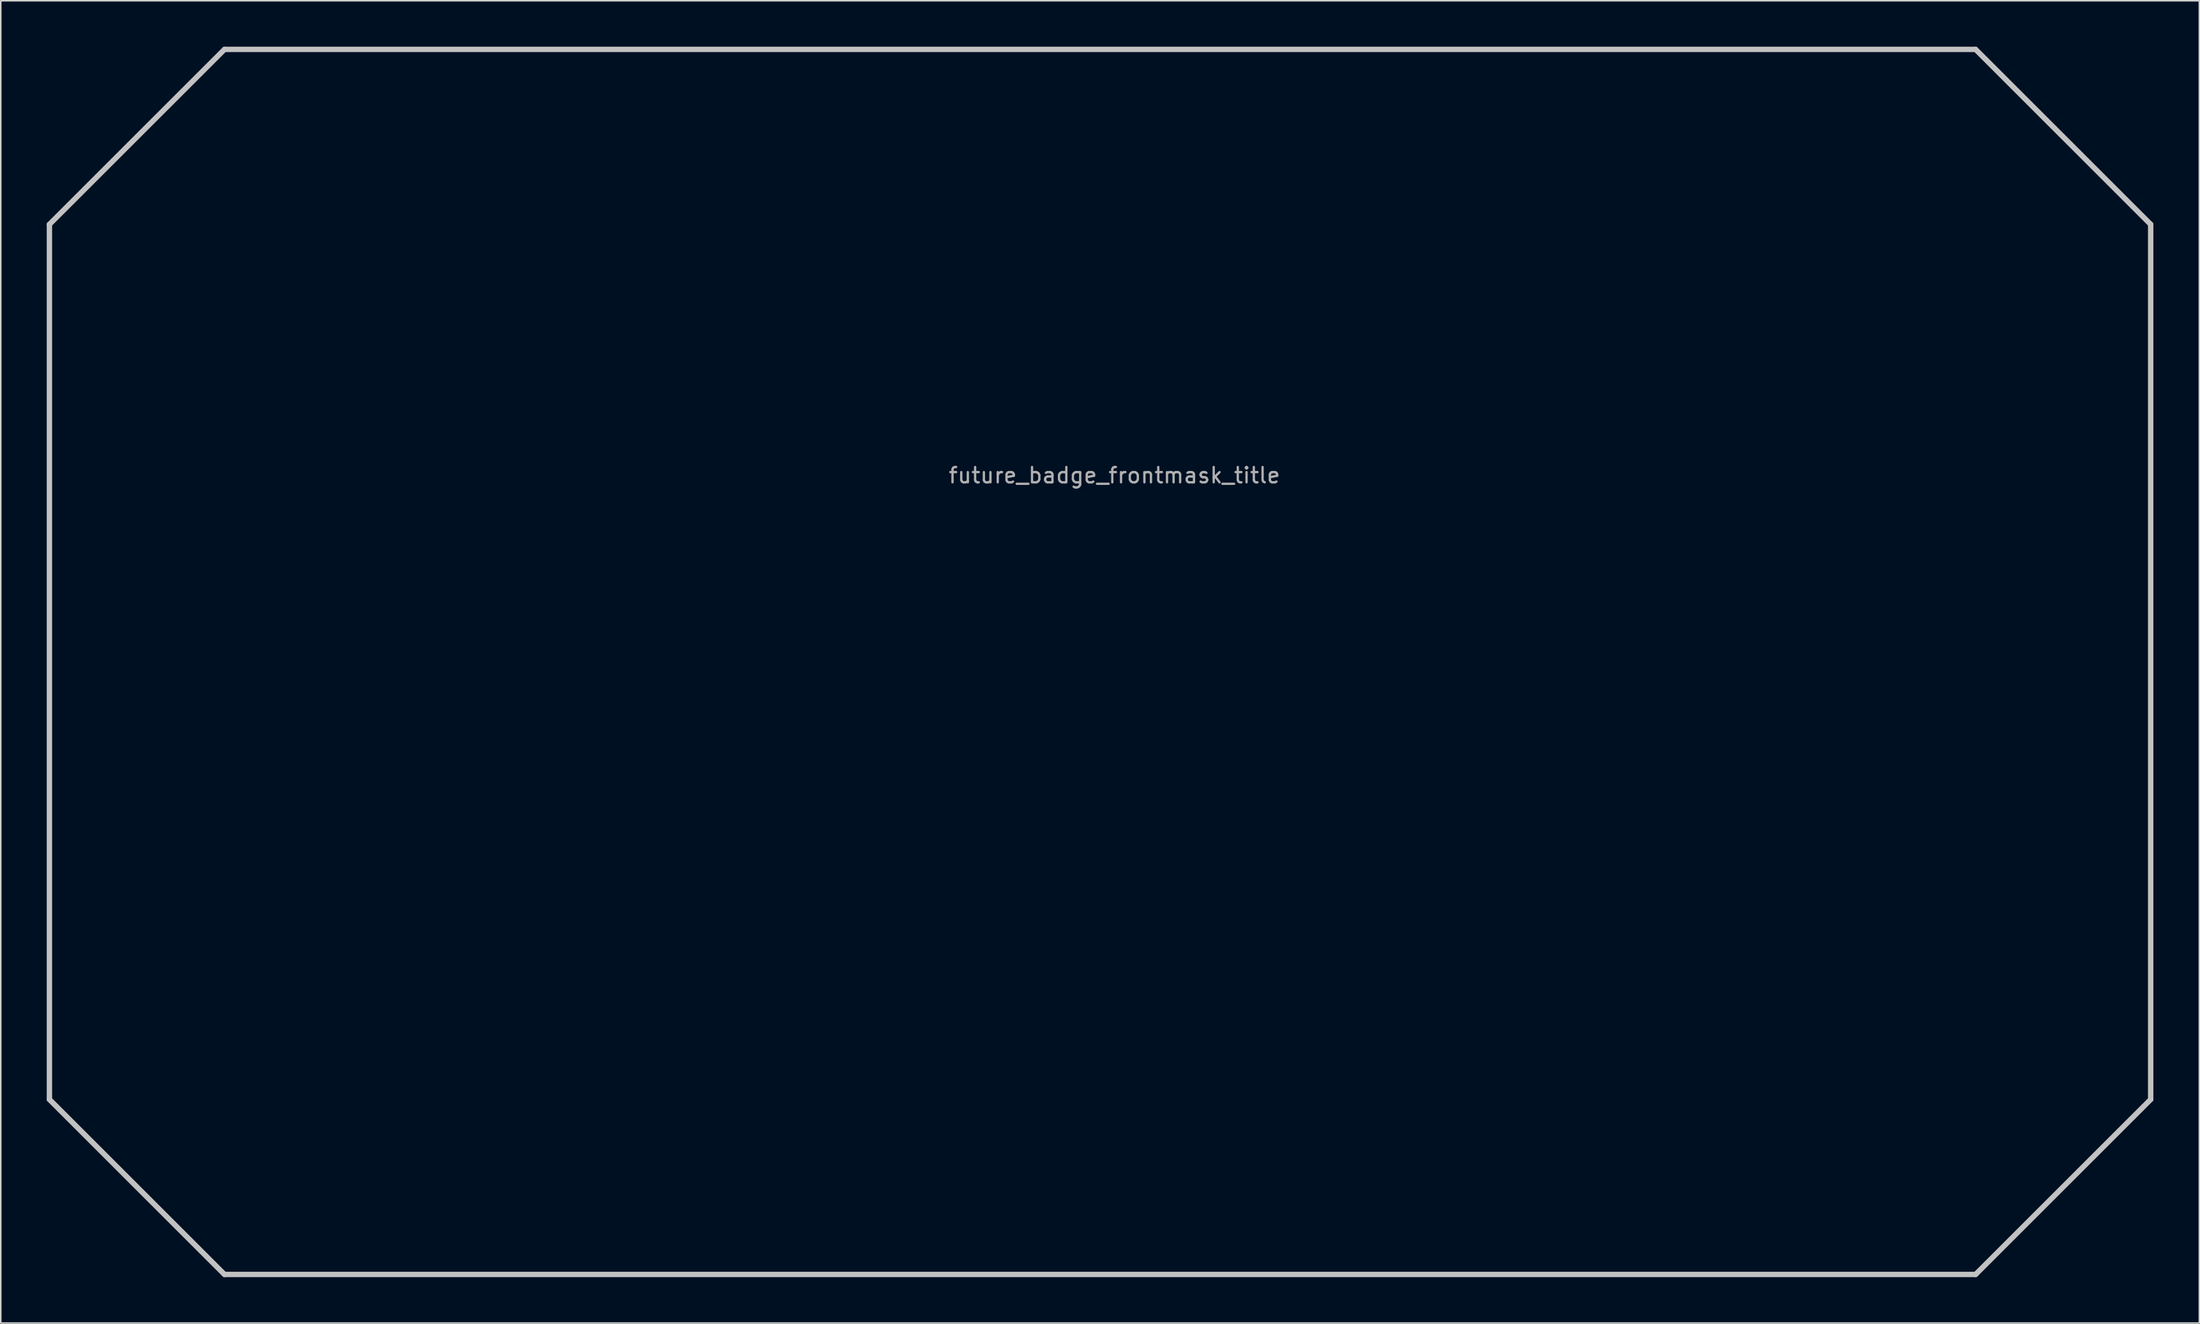
<source format=kicad_pcb>
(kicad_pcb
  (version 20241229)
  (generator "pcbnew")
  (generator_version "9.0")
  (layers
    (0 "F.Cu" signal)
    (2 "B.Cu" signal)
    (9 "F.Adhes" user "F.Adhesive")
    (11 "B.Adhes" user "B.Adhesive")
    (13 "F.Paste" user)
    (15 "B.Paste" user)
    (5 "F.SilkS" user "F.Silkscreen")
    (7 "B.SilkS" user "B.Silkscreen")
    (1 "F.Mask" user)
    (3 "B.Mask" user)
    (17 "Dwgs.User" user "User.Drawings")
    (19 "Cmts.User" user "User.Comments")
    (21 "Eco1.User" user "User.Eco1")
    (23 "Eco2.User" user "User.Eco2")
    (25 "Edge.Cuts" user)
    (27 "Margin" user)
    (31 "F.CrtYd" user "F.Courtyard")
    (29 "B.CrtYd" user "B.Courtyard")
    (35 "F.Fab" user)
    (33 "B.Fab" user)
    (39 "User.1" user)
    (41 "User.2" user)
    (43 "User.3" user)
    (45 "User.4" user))
  (footprint "future_badge_frontmask_title"
    (layer "F.Cu")
    (at 69.688 28.491)
    (property "Reference" "future_badge_frontmask_title" (at 0 -0.5 0) (unlocked yes) (layer "F.Fab") (effects (font (size 1 1) (thickness 0.15))))
    (fp_poly (pts (xy -32.46 -18.8) (xy -32.29 -18.33) (xy -32.67 -18.33) (xy -32.91 -18.94) (xy -32.52 -18.94)) (stroke (width 0.1) (type solid)) (fill yes) (layer "F.Mask"))
    (fp_poly (pts (xy -6.66 -21.81) (xy -6.41 -21.18) (xy -7.64 -21.17) (xy -7.87 -21.72) (xy -8.01 -22.04) (xy -6.77 -22.04)) (stroke (width 0.1) (type solid)) (fill yes) (layer "F.Mask"))
    (fp_poly (pts (xy 29.57 -17.84) (xy 28.91 -17.83) (xy 27.14 -17.84) (xy 27.11 -18.06) (xy 27.07 -18.35) (xy 29.42 -18.35)) (stroke (width 0.1) (type solid)) (fill yes) (layer "F.Mask"))
    (fp_poly (pts (xy -28.64 -18.96) (xy -28.51 -18.6) (xy -28.94 -18.6) (xy -29.04 -18.9) (xy -29.17 -19.25) (xy -28.98 -19.25) (xy -28.76 -19.26)) (stroke (width 0.1) (type solid)) (fill yes) (layer "F.Mask"))
    (fp_poly (pts (xy -23.51 -17.75) (xy -23.44 -17.49) (xy -23.39 -17.26) (xy -24.75 -17.26) (xy -25.46 -17.27) (xy -25.47 -17.33) (xy -25.51 -17.53) (xy -25.55 -17.76) (xy -24.06 -17.76) (xy -24.05 -17.82) (xy -23.54 -17.82)) (stroke (width 0.1) (type solid)) (fill yes) (layer "F.Mask"))
    (fp_poly (pts (xy -23.26 -16.32) (xy -23.25 -16.08) (xy -23.24 -15.81) (xy -25.61 -15.81) (xy -25.61 -15.9) (xy -25.64 -16.18) (xy -25.66 -16.41) (xy -24.46 -16.41) (xy -23.9 -16.42) (xy -23.9 -16.49) (xy -23.28 -16.49)) (stroke (width 0.1) (type solid)) (fill yes) (layer "F.Mask"))
    (fp_poly (pts (xy -25.24 -14.27) (xy -25.11 -13.92) (xy -25.03 -13.68) (xy -25.19 -13.41) (xy -25.34 -13.16) (xy -25.38 -13.09) (xy -25.42 -13.31) (xy -25.49 -13.62) (xy -25.58 -13.9) (xy -25.68 -14.22) (xy -25.8 -14.53) (xy -25.34 -14.53)) (stroke (width 0.1) (type solid)) (fill yes) (layer "F.Mask"))
    (fp_poly (pts (xy -17.54 -11.63) (xy -17.5 -11.31) (xy -17.49 -11.04) (xy -17.49 -10.93) (xy -17.52 -10.9) (xy -18.26 -10.91) (xy -19.13 -10.92) (xy -20.05 -10.93) (xy -20.08 -11.22) (xy -20.11 -11.52) (xy -18.12 -11.53) (xy -18.11 -11.64)) (stroke (width 0.1) (type solid)) (fill yes) (layer "F.Mask"))
    (fp_poly (pts (xy -28.13 -17.74) (xy -28.07 -17.46) (xy -28.03 -17.16) (xy -28.2 -17.17) (xy -28.17 -16.9) (xy -28.15 -16.48) (xy -28.14 -15.84) (xy -28.92 -15.86) (xy -28.92 -16.11) (xy -28.93 -16.4) (xy -28.58 -16.4) (xy -28.61 -17) (xy -28.65 -17.42) (xy -28.7 -17.75)) (stroke (width 0.1) (type solid)) (fill yes) (layer "F.Mask"))
    (fp_poly (pts (xy -23.93 -18.9) (xy -23.83 -18.71) (xy -23.77 -18.57) (xy -23.75 -18.47) (xy -24.18 -18.47) (xy -24.23 -18.6) (xy -25 -18.61) (xy -25.72 -18.61) (xy -25.79 -18.8) (xy -25.86 -18.97) (xy -24.76 -18.96) (xy -24.38 -18.96) (xy -24.39 -19.02) (xy -24.01 -19.03)) (stroke (width 0.1) (type solid)) (fill yes) (layer "F.Mask"))
    (fp_poly (pts (xy -20.04 -14.39) (xy -19.94 -14.19) (xy -19.74 -13.77) (xy -19.63 -13.49) (xy -19.49 -13.1) (xy -19.4 -12.78) (xy -19.32 -12.47) (xy -19.83 -12.47) (xy -19.85 -12.55) (xy -19.89 -12.79) (xy -20 -13.2) (xy -20.16 -13.73) (xy -20.3 -14.15) (xy -20.4 -14.4)) (stroke (width 0.1) (type solid)) (fill yes) (layer "F.Mask"))
    (fp_poly (pts (xy -16.68 -14.39) (xy -16.6 -14.23) (xy -16.43 -13.88) (xy -16.3 -13.57) (xy -16.2 -13.29) (xy -16.08 -12.92) (xy -16 -12.65) (xy -15.95 -12.46) (xy -16.48 -12.46) (xy -16.5 -12.65) (xy -16.55 -12.88) (xy -16.63 -13.19) (xy -16.72 -13.5) (xy -16.81 -13.8) (xy -16.98 -14.22) (xy -17.05 -14.4)) (stroke (width 0.1) (type solid)) (fill yes) (layer "F.Mask"))
    (fp_poly (pts (xy -14.14 -11.52) (xy -14.11 -11.29) (xy -14.1 -11.06) (xy -14.1 -10.95) (xy -14.12 -10.92) (xy -14.49 -10.92) (xy -15.37 -10.93) (xy -16.7 -10.93) (xy -16.71 -11.09) (xy -16.73 -11.28) (xy -16.75 -11.43) (xy -16.76 -11.52) (xy -14.92 -11.52) (xy -14.76 -11.53) (xy -14.76 -11.64) (xy -14.16 -11.64)) (stroke (width 0.1) (type solid)) (fill yes) (layer "F.Mask"))
    (fp_poly (pts (xy 9.67 -14.56) (xy 9.9 -14.06) (xy 10.15 -13.48) (xy 10.34 -13) (xy 10.49 -12.56) (xy 10.69 -11.87) (xy 10.58 -11.21) (xy 10.37 -10.39) (xy 10.31 -10.65) (xy 10.16 -11.29) (xy 9.78 -12.74) (xy 9.44 -13.73) (xy 9.2 -14.31) (xy 8.96 -14.91) (xy 8.94 -14.98) (xy 9.47 -14.99)) (stroke (width 0.1) (type solid)) (fill yes) (layer "F.Mask"))
    (fp_poly (pts (xy -30.26 -19.06) (xy -30.01 -18.34) (xy -30.77 -18.32) (xy -30.56 -17.7) (xy -30.41 -17.2) (xy -30.28 -16.66) (xy -30.23 -16.34) (xy -30.16 -15.78) (xy -30.99 -15.77) (xy -31.1 -16.38) (xy -30.78 -16.38) (xy -30.84 -16.85) (xy -30.94 -17.45) (xy -31.13 -18.16) (xy -31.39 -18.94) (xy -30.47 -18.96) (xy -30.5 -19.07)) (stroke (width 0.1) (type solid)) (fill yes) (layer "F.Mask"))
    (fp_poly (pts (xy 7.91 -8.27) (xy 7.95 -7.72) (xy 7.96 -7.35) (xy 7.96 -6.99) (xy 7.52 -6.99) (xy 6.26 -6.98) (xy 2.64 -6.98) (xy 2.63 -7.26) (xy 2.6 -7.6) (xy 2.58 -7.85) (xy 3.15 -7.85) (xy 4.91 -7.86) (xy 7.01 -7.87) (xy 7.04 -7.91) (xy 7.03 -8.38) (xy 7.03 -8.49) (xy 7.89 -8.49)) (stroke (width 0.1) (type solid)) (fill yes) (layer "F.Mask"))
    (fp_poly (pts (xy 20.25 -19.9) (xy 20.33 -19.6) (xy 20.53 -18.64) (xy 20.54 -18.56) (xy 17.13 -18.56) (xy 17.18 -18.17) (xy 16.36 -18.18) (xy 16.35 -18.34) (xy 16.31 -18.65) (xy 16.27 -18.91) (xy 16.18 -19.43) (xy 16.47 -19.43) (xy 18.28 -19.44) (xy 19.58 -19.44) (xy 19.61 -19.48) (xy 19.5 -20.04) (xy 20.21 -20.04)) (stroke (width 0.1) (type solid)) (fill yes) (layer "F.Mask"))
    (fp_poly (pts (xy 20.83 -16.78) (xy 20.87 -16.05) (xy 20.89 -15.52) (xy 19.02 -15.52) (xy 17.33 -15.55) (xy 16.51 -15.56) (xy 15.75 -15.57) (xy 15.53 -15.58) (xy 15.52 -15.86) (xy 15.5 -16.17) (xy 15.48 -16.39) (xy 16.22 -16.39) (xy 18.72 -16.38) (xy 19.93 -16.38) (xy 19.95 -16.4) (xy 19.93 -17.01) (xy 20.8 -17.01)) (stroke (width 0.1) (type solid)) (fill yes) (layer "F.Mask"))
    (fp_poly (pts (xy 18.37 -9.89) (xy 18.5 -9.33) (xy 18.53 -9.04) (xy 17.75 -9.04) (xy 17.72 -9.01) (xy 17.75 -8.81) (xy 17.87 -8.03) (xy 17.91 -7) (xy 16.04 -7) (xy 16.02 -7.32) (xy 15.99 -7.61) (xy 15.96 -7.86) (xy 16.95 -7.86) (xy 16.98 -7.88) (xy 16.97 -8.1) (xy 16.93 -8.93) (xy 16.79 -9.9) (xy 17.08 -9.9)) (stroke (width 0.1) (type solid)) (fill yes) (layer "F.Mask"))
    (fp_poly (pts (xy -27.09 -19.04) (xy -26.95 -18.68) (xy -26.8 -18.3) (xy -26.67 -17.84) (xy -26.57 -17.44) (xy -26.49 -16.98) (xy -26.46 -16.54) (xy -26.45 -16.23) (xy -26.45 -15.8) (xy -27.19 -15.8) (xy -27.24 -16.39) (xy -26.86 -16.39) (xy -26.88 -16.83) (xy -26.9 -17.06) (xy -26.98 -17.53) (xy -27.06 -17.86) (xy -27.22 -18.47) (xy -27.34 -18.83) (xy -27.42 -19.06)) (stroke (width 0.1) (type solid)) (fill yes) (layer "F.Mask"))
    (fp_poly (pts (xy 19.47 -22.23) (xy 19.57 -22) (xy 19.73 -21.61) (xy 19.83 -21.3) (xy 19.84 -21.25) (xy 19.73 -21.25) (xy 18.94 -21.26) (xy 17.6 -21.26) (xy 16.44 -21.27) (xy 16.44 -21.17) (xy 16.25 -21.17) (xy 15.8 -21.18) (xy 15.68 -21.55) (xy 15.48 -22.14) (xy 16.91 -22.14) (xy 18.88 -22.13) (xy 18.88 -22.2) (xy 18.81 -22.44) (xy 18.69 -22.77) (xy 19.2 -22.77)) (stroke (width 0.1) (type solid)) (fill yes) (layer "F.Mask"))
    (fp_poly (pts (xy 29.36 -22.66) (xy 29.71 -22.29) (xy 30.78 -21.1) (xy 31.6 -20.2) (xy 31.4 -19.57) (xy 31.1 -18.6) (xy 30.84 -17.8) (xy 30.58 -16.97) (xy 30.56 -16.98) (xy 30.47 -17.29) (xy 30.28 -17.91) (xy 29.98 -17.91) (xy 30.11 -18.34) (xy 30.52 -19.67) (xy 30.84 -20.74) (xy 30.66 -20.95) (xy 29.51 -22.25) (xy 29.12 -22.71) (xy 29.09 -22.9) (xy 29.12 -22.9)) (stroke (width 0.1) (type solid)) (fill yes) (layer "F.Mask"))
    (fp_poly (pts (xy 32.68 -8.58) (xy 32.74 -8.1) (xy 32.76 -7.79) (xy 32.79 -7.34) (xy 32.8 -7.02) (xy 32.76 -6.99) (xy 31.99 -7) (xy 29.43 -7) (xy 26.94 -6.99) (xy 26.93 -7.16) (xy 26.89 -7.53) (xy 26.85 -7.87) (xy 27.25 -7.87) (xy 29.6 -7.88) (xy 31.82 -7.88) (xy 31.86 -7.92) (xy 31.86 -8.11) (xy 31.85 -8.33) (xy 31.83 -8.59) (xy 32.65 -8.59)) (stroke (width 0.1) (type solid)) (fill yes) (layer "F.Mask"))
    (fp_poly (pts (xy -21.62 -14) (xy -21.4 -13.51) (xy -21.27 -13.2) (xy -21.19 -12.93) (xy -21.09 -12.58) (xy -21.01 -12.22) (xy -20.92 -11.63) (xy -20.87 -11.23) (xy -20.84 -10.89) (xy -21.64 -10.88) (xy -21.65 -11) (xy -21.67 -11.27) (xy -21.7 -11.49) (xy -21.43 -11.49) (xy -21.45 -11.73) (xy -21.52 -12.3) (xy -21.59 -12.75) (xy -21.7 -13.22) (xy -21.82 -13.61) (xy -21.93 -13.91) (xy -22.01 -14.11) (xy -22.01 -14.15) (xy -21.7 -14.16)) (stroke (width 0.1) (type solid)) (fill yes) (layer "F.Mask"))
    (fp_poly (pts (xy -16.87 -22.44) (xy -16.71 -22.09) (xy -16.55 -21.72) (xy -16.49 -21.56) (xy -16.38 -21.25) (xy -16.42 -21.24) (xy -17.25 -21.24) (xy -18.91 -21.26) (xy -19.85 -21.27) (xy -19.85 -21.17) (xy -19.99 -21.17) (xy -20.46 -21.19) (xy -20.53 -21.4) (xy -20.61 -21.61) (xy -20.73 -21.92) (xy -20.81 -22.14) (xy -20.61 -22.14) (xy -18.32 -22.13) (xy -17.33 -22.13) (xy -17.33 -22.18) (xy -17.42 -22.43) (xy -17.53 -22.73) (xy -17.01 -22.73)) (stroke (width 0.1) (type solid)) (fill yes) (layer "F.Mask"))
    (fp_poly (pts (xy -4.02 -13.8) (xy -3.81 -13.75) (xy -3.68 -13.69) (xy -3.59 -13.62) (xy -3.52 -13.55) (xy -3.45 -13.44) (xy -3.39 -13.32) (xy -3.32 -13.15) (xy -3.25 -12.99) (xy -3.24 -12.95) (xy -3.4 -12.95) (xy -3.99 -12.96) (xy -3.99 -12.92) (xy -3.92 -12.73) (xy -3.82 -12.5) (xy -3.73 -12.22) (xy -3.67 -12.01) (xy -4.25 -11.98) (xy -4.37 -12.43) (xy -4.51 -12.89) (xy -4.63 -13.26) (xy -4.85 -13.83) (xy -4.45 -13.83)) (stroke (width 0.1) (type solid)) (fill yes) (layer "F.Mask"))
    (fp_poly (pts (xy 6.36 -14.11) (xy 6.52 -13.77) (xy 6.69 -13.39) (xy 6.8 -13.09) (xy 6.88 -12.86) (xy 6.91 -12.75) (xy 6.45 -12.75) (xy 5.43 -12.76) (xy 4.1 -12.76) (xy 3.51 -12.77) (xy 3.53 -12.66) (xy 2.88 -12.67) (xy 2.83 -12.86) (xy 2.65 -13.4) (xy 2.57 -13.63) (xy 2.92 -13.63) (xy 4.28 -13.62) (xy 5.97 -13.62) (xy 5.97 -13.66) (xy 5.94 -13.79) (xy 5.88 -14) (xy 5.78 -14.26) (xy 6.28 -14.26)) (stroke (width 0.1) (type solid)) (fill yes) (layer "F.Mask"))
    (fp_poly (pts (xy 8.46 -22.37) (xy 8.84 -22.34) (xy 9 -22.3) (xy 9.14 -22.25) (xy 9.26 -22.16) (xy 9.39 -22.03) (xy 9.47 -21.91) (xy 9.53 -21.79) (xy 9.58 -21.66) (xy 9.63 -21.54) (xy 9.61 -21.52) (xy 8.89 -21.52) (xy 8.86 -21.49) (xy 9.06 -20.97) (xy 9.14 -20.71) (xy 9.18 -20.55) (xy 9.17 -20.53) (xy 8.65 -20.52) (xy 8.55 -20.89) (xy 8.44 -21.25) (xy 8.3 -21.68) (xy 8.17 -22.02) (xy 8.03 -22.38)) (stroke (width 0.1) (type solid)) (fill yes) (layer "F.Mask"))
    (fp_poly (pts (xy 7.3 -11.49) (xy 7.34 -11.33) (xy 7.42 -11.02) (xy 7.49 -10.69) (xy 7.57 -10.28) (xy 7.61 -10.03) (xy 7.35 -10.03) (xy 6.45 -10.02) (xy 4.23 -10.02) (xy 4.2 -9.98) (xy 4.25 -9.68) (xy 4.24 -9.67) (xy 4 -9.66) (xy 3.58 -9.67) (xy 3.44 -9.67) (xy 3.44 -9.78) (xy 3.4 -10.03) (xy 3.32 -10.54) (xy 3.27 -10.89) (xy 6.68 -10.89) (xy 6.7 -10.91) (xy 6.63 -11.32) (xy 6.6 -11.5) (xy 6.76 -11.5)) (stroke (width 0.1) (type solid)) (fill yes) (layer "F.Mask"))
    (fp_poly (pts (xy 25.58 -22) (xy 25.63 -21.86) (xy 25.8 -21.36) (xy 25.96 -20.85) (xy 26.05 -20.53) (xy 26.19 -20.08) (xy 26.31 -19.59) (xy 26.36 -19.31) (xy 26.43 -18.84) (xy 26.48 -18.31) (xy 26.51 -17.87) (xy 25.26 -17.87) (xy 25.26 -18.18) (xy 25.24 -18.39) (xy 25.95 -18.39) (xy 25.94 -18.58) (xy 25.92 -18.91) (xy 25.89 -19.29) (xy 25.85 -19.6) (xy 25.74 -20.23) (xy 25.66 -20.59) (xy 25.39 -21.51) (xy 25.26 -21.93) (xy 25.25 -22.01)) (stroke (width 0.1) (type solid)) (fill yes) (layer "F.Mask"))
    (fp_poly (pts (xy 12.67 -18.08) (xy 12.86 -17.92) (xy 13.14 -17.64) (xy 13.33 -17.43) (xy 13.59 -17.11) (xy 13.85 -16.77) (xy 14.01 -16.54) (xy 14.11 -16.37) (xy 14.3 -16.05) (xy 14.47 -15.71) (xy 14.52 -15.6) (xy 14.5 -15.58) (xy 12.35 -15.58) (xy 12.23 -15.76) (xy 12.08 -15.98) (xy 11.89 -16.22) (xy 11.8 -16.35) (xy 13.59 -16.35) (xy 13.61 -16.39) (xy 13.46 -16.71) (xy 13.22 -17.16) (xy 13.04 -17.46) (xy 12.83 -17.76) (xy 12.67 -17.98) (xy 12.57 -18.1) (xy 12.36 -18.36)) (stroke (width 0.12) (type solid)) (fill yes) (layer "F.Mask"))
    (fp_poly (pts (xy 26.95 -14.56) (xy 27.05 -14.36) (xy 27.37 -13.74) (xy 27.64 -13.14) (xy 27.79 -12.75) (xy 27.98 -12.27) (xy 28.16 -11.75) (xy 28.32 -11.22) (xy 28.49 -10.64) (xy 28.66 -10.03) (xy 28.71 -9.81) (xy 28.72 -9.73) (xy 27.94 -9.74) (xy 27.9 -10.06) (xy 27.83 -10.44) (xy 27.77 -10.74) (xy 27.68 -11.1) (xy 27.46 -11.89) (xy 27.32 -12.36) (xy 27.14 -12.9) (xy 26.99 -13.34) (xy 26.71 -14.03) (xy 26.54 -14.43) (xy 26.49 -14.56) (xy 26.51 -14.58) (xy 26.92 -14.58)) (stroke (width 0.1) (type solid)) (fill yes) (layer "F.Mask"))
    (fp_poly (pts (xy -15.89 -19.71) (xy -15.77 -19.21) (xy -15.7 -18.89) (xy -15.64 -18.56) (xy -19.1 -18.56) (xy -19.14 -18.53) (xy -19.09 -18.21) (xy -18.96 -17.35) (xy -18.9 -16.94) (xy -18.83 -16.05) (xy -18.79 -15.45) (xy -20.7 -15.45) (xy -20.71 -15.71) (xy -20.72 -15.99) (xy -20.74 -16.33) (xy -19.72 -16.33) (xy -19.76 -16.84) (xy -19.8 -17.3) (xy -19.86 -17.97) (xy -19.95 -18.58) (xy -20.06 -19.42) (xy -19.33 -19.42) (xy -16.59 -19.43) (xy -16.57 -19.45) (xy -16.63 -19.76) (xy -16.69 -20.03) (xy -15.98 -20.03)) (stroke (width 0.1) (type solid)) (fill yes) (layer "F.Mask"))
    (fp_poly (pts (xy -10.32 -13.78) (xy -10.23 -13.73) (xy -10.15 -13.66) (xy -10.09 -13.57) (xy -10.04 -13.43) (xy -9.95 -13.16) (xy -9.89 -12.97) (xy -9.9 -12.96) (xy -9.98 -12.96) (xy -10.62 -12.95) (xy -10.84 -12.95) (xy -10.86 -12.93) (xy -10.87 -12.89) (xy -10.84 -12.81) (xy -10.72 -12.5) (xy -10.57 -12.1) (xy -10.52 -11.93) (xy -10.56 -11.92) (xy -11.07 -11.92) (xy -11.13 -12.06) (xy -11.22 -12.42) (xy -11.37 -12.91) (xy -11.51 -13.29) (xy -11.63 -13.6) (xy -11.7 -13.8) (xy -11.24 -13.81) (xy -10.74 -13.82) (xy -10.44 -13.82)) (stroke (width 0.1) (type solid)) (fill yes) (layer "F.Mask"))
    (fp_poly (pts (xy -0.17 -9.49) (xy 0.18 -9.17) (xy 0.4 -8.93) (xy 0.65 -8.64) (xy 0.87 -8.36) (xy 1.06 -8.09) (xy 1.3 -7.72) (xy 1.47 -7.42) (xy 1.66 -7.06) (xy 1.73 -6.91) (xy 1.72 -6.89) (xy -0.39 -6.89) (xy -0.58 -7.15) (xy -0.95 -7.64) (xy -1 -7.7) (xy -1.01 -7.73) (xy -0.98 -7.75) (xy 0.76 -7.75) (xy 0.79 -7.78) (xy 0.76 -7.86) (xy 0.68 -8.04) (xy 0.45 -8.47) (xy 0.24 -8.83) (xy 0.07 -9.08) (xy -0.07 -9.27) (xy -0.2 -9.43) (xy -0.23 -9.49) (xy -0.21 -9.5)) (stroke (width 0.1) (type solid)) (fill yes) (layer "F.Mask"))
    (fp_poly (pts (xy 20.84 -21.91) (xy 20.93 -21.71) (xy 21.11 -21.34) (xy 21.24 -21.01) (xy 21.38 -20.54) (xy 21.53 -20.05) (xy 21.66 -19.5) (xy 21.69 -19.38) (xy 21.77 -18.88) (xy 21.84 -18.37) (xy 21.86 -17.95) (xy 21.47 -17.96) (xy 21.46 -18.2) (xy 21.43 -18.46) (xy 21.51 -18.47) (xy 21.51 -18.68) (xy 21.49 -18.99) (xy 21.46 -19.22) (xy 21.4 -19.59) (xy 21.34 -19.84) (xy 21.25 -20.21) (xy 21.1 -20.73) (xy 21.01 -21.04) (xy 20.94 -21.29) (xy 20.77 -21.77) (xy 20.7 -21.92) (xy 20.73 -21.93) (xy 20.82 -21.93)) (stroke (width 0.1) (type solid)) (fill yes) (layer "F.Mask"))
    (fp_poly (pts (xy -3.62 -9.8) (xy -3.27 -9.59) (xy -3.04 -9.43) (xy -2.82 -9.25) (xy -2.61 -9.06) (xy -2.47 -8.91) (xy -2.39 -8.79) (xy -2.37 -8.74) (xy -2.38 -8.72) (xy -2.42 -8.73) (xy -2.49 -8.79) (xy -2.63 -8.89) (xy -2.72 -8.96) (xy -2.81 -9.01) (xy -2.84 -9.01) (xy -2.85 -8.98) (xy -2.84 -8.92) (xy -2.8 -8.64) (xy -2.67 -7.76) (xy -2.54 -6.83) (xy -4.67 -6.83) (xy -4.76 -7.74) (xy -4.07 -7.74) (xy -3.5 -7.75) (xy -3.48 -7.77) (xy -3.53 -8.13) (xy -3.63 -8.81) (xy -3.79 -9.89) (xy -3.76 -9.89)) (stroke (width 0.1) (type solid)) (fill yes) (layer "F.Mask"))
    (fp_poly (pts (xy -13.34 -22.86) (xy -13.13 -22.45) (xy -12.9 -21.94) (xy -12.71 -21.44) (xy -12.61 -21.12) (xy -12.41 -20.52) (xy -12.17 -19.68) (xy -12 -18.95) (xy -11.89 -18.37) (xy -11.86 -18.17) (xy -11.93 -18.17) (xy -12.1 -18.18) (xy -12.3 -18.22) (xy -12.44 -18.29) (xy -12.54 -18.37) (xy -12.59 -18.43) (xy -12.64 -18.53) (xy -12.69 -18.65) (xy -12.79 -19.05) (xy -12.84 -19.3) (xy -12.9 -19.62) (xy -12.97 -20.01) (xy -13.1 -20.56) (xy -13.27 -21.18) (xy -13.41 -21.62) (xy -13.61 -22.24) (xy -13.7 -22.52) (xy -13.84 -22.87) (xy -13.94 -23.11) (xy -13.47 -23.11)) (stroke (width 0.1) (type solid)) (fill yes) (layer "F.Mask"))
    (fp_poly (pts (xy 19.42 -14.31) (xy 19.57 -14.1) (xy 19.79 -13.74) (xy 20.02 -13.33) (xy 20.23 -12.9) (xy 20.44 -12.44) (xy 20.68 -11.85) (xy 20.88 -11.28) (xy 21.1 -10.55) (xy 21.27 -9.89) (xy 21.4 -9.35) (xy 21.54 -8.62) (xy 21.61 -8.13) (xy 21.71 -7.29) (xy 21.74 -6.98) (xy 19.91 -6.97) (xy 19.79 -7.85) (xy 20.76 -7.85) (xy 20.79 -7.87) (xy 20.76 -8.2) (xy 20.7 -8.75) (xy 20.59 -9.52) (xy 20.49 -10.07) (xy 20.35 -10.72) (xy 20.13 -11.54) (xy 19.99 -11.99) (xy 19.69 -12.84) (xy 19.43 -13.48) (xy 19.22 -13.97) (xy 19.05 -14.28) (xy 19.05 -14.33)) (stroke (width 0.1) (type solid)) (fill yes) (layer "F.Mask"))
    (fp_poly (pts (xy 22.07 -21.96) (xy 22.18 -21.68) (xy 22.3 -21.35) (xy 22.43 -20.95) (xy 22.56 -20.53) (xy 22.71 -20.1) (xy 22.81 -19.77) (xy 22.87 -19.53) (xy 22.96 -19.06) (xy 23.01 -18.7) (xy 23.07 -18.2) (xy 23.09 -17.96) (xy 23.08 -17.95) (xy 22.43 -17.95) (xy 22.42 -18.13) (xy 22.4 -18.34) (xy 22.39 -18.46) (xy 22.64 -18.46) (xy 22.65 -18.48) (xy 22.64 -18.64) (xy 22.56 -19.4) (xy 22.48 -19.91) (xy 22.39 -20.31) (xy 22.34 -20.49) (xy 22.24 -20.8) (xy 22.09 -21.26) (xy 22.01 -21.55) (xy 21.93 -21.79) (xy 21.87 -21.96) (xy 21.89 -21.99) (xy 22.05 -21.99)) (stroke (width 0.1) (type solid)) (fill yes) (layer "F.Mask"))
    (fp_poly (pts (xy -23.32 -14.17) (xy -23.24 -14.02) (xy -23.08 -13.65) (xy -22.97 -13.34) (xy -22.87 -12.97) (xy -22.75 -12.46) (xy -22.68 -12.1) (xy -22.61 -11.63) (xy -22.57 -11.22) (xy -22.55 -10.91) (xy -23.4 -10.9) (xy -23.66 -11.09) (xy -24.01 -11.36) (xy -24.16 -11.46) (xy -24.6 -10.91) (xy -25.13 -10.92) (xy -25.44 -10.93) (xy -25.48 -11.19) (xy -25.53 -11.49) (xy -25.32 -11.5) (xy -24.87 -12.04) (xy -24.36 -11.66) (xy -24.15 -11.5) (xy -23.18 -11.5) (xy -23.19 -11.96) (xy -23.25 -12.48) (xy -23.32 -12.88) (xy -23.42 -13.38) (xy -23.5 -13.69) (xy -23.61 -14.06) (xy -23.65 -14.18) (xy -23.36 -14.19)) (stroke (width 0.1) (type solid)) (fill yes) (layer "F.Mask"))
    (fp_poly (pts (xy 16.9 -13.91) (xy 17.1 -13.9) (xy 17.2 -13.66) (xy 17.36 -13.27) (xy 17.44 -13.05) (xy 17.4 -13.03) (xy 17.14 -13.03) (xy 16.98 -13.02) (xy 16.88 -13) (xy 16.81 -12.97) (xy 16.77 -12.92) (xy 16.74 -12.83) (xy 16.72 -12.72) (xy 16.72 -12.62) (xy 16.73 -12.52) (xy 16.77 -12.29) (xy 16.83 -11.99) (xy 16.87 -11.82) (xy 16.92 -11.65) (xy 16.34 -11.65) (xy 16.18 -12.11) (xy 15.96 -12.75) (xy 15.85 -13.08) (xy 15.81 -13.29) (xy 15.78 -13.51) (xy 15.79 -13.66) (xy 15.82 -13.78) (xy 15.87 -13.85) (xy 15.95 -13.89) (xy 16.06 -13.91) (xy 16.26 -13.93) (xy 16.51 -13.93)) (stroke (width 0.1) (type solid)) (fill yes) (layer "F.Mask"))
    (fp_poly (pts (xy 9.26 -18.36) (xy 9.53 -18.19) (xy 9.73 -18.06) (xy 9.93 -17.91) (xy 10.1 -17.77) (xy 10.27 -17.6) (xy 10.4 -17.46) (xy 10.52 -17.3) (xy 10.57 -17.22) (xy 10.55 -17.2) (xy 10.41 -17.26) (xy 10.26 -17.34) (xy 10.12 -17.42) (xy 10.06 -17.44) (xy 10.03 -17.42) (xy 10.04 -17.36) (xy 10.1 -16.88) (xy 10.22 -16.1) (xy 10.32 -15.46) (xy 10.28 -15.45) (xy 9.07 -15.45) (xy 8.19 -15.46) (xy 8.15 -15.82) (xy 8.11 -16.15) (xy 8.09 -16.35) (xy 9.37 -16.35) (xy 9.39 -16.37) (xy 9.35 -16.66) (xy 9.28 -17.08) (xy 9.24 -17.37) (xy 9.16 -17.9) (xy 9.08 -18.44) (xy 9.11 -18.44)) (stroke (width 0.1) (type solid)) (fill yes) (layer "F.Mask"))
    (fp_poly (pts (xy 0.98 -23.04) (xy 1.08 -22.85) (xy 1.19 -22.64) (xy 1.29 -22.45) (xy 1.43 -22.14) (xy 1.59 -21.72) (xy 1.78 -21.17) (xy 1.91 -20.78) (xy 2.09 -20.2) (xy 2.23 -19.65) (xy 2.37 -19.09) (xy 2.43 -18.78) (xy 2.54 -18.17) (xy 2.38 -18.18) (xy 2.19 -18.21) (xy 2.07 -18.25) (xy 1.95 -18.31) (xy 1.88 -18.36) (xy 1.82 -18.44) (xy 1.77 -18.54) (xy 1.73 -18.66) (xy 1.67 -18.88) (xy 1.62 -19.07) (xy 1.56 -19.41) (xy 1.49 -19.78) (xy 1.36 -20.38) (xy 1.25 -20.8) (xy 1.14 -21.17) (xy 0.96 -21.76) (xy 0.79 -22.28) (xy 0.62 -22.73) (xy 0.53 -22.96) (xy 0.47 -23.11) (xy 0.93 -23.12)) (stroke (width 0.1) (type solid)) (fill yes) (layer "F.Mask"))
    (fp_poly (pts (xy -1.32 -21.22) (xy -3.49 -21.22) (xy -3.5 -21.18) (xy -3.36 -20.8) (xy -3.1 -20.09) (xy -2.94 -19.59) (xy -2.72 -18.9) (xy -2.54 -18.3) (xy -2.38 -17.63) (xy -2.3 -17.24) (xy -2.15 -16.36) (xy -2.02 -15.47) (xy -2.35 -15.47) (xy -3.38 -15.46) (xy -4.03 -15.46) (xy -4.09 -15.83) (xy -4.18 -16.33) (xy -3 -16.33) (xy -2.96 -16.36) (xy -3 -16.65) (xy -3.12 -17.43) (xy -3.27 -18.29) (xy -3.39 -18.84) (xy -3.56 -19.51) (xy -3.75 -20.14) (xy -4.05 -21.02) (xy -4.29 -21.66) (xy -4.45 -22.09) (xy -4.24 -22.09) (xy -2.93 -22.1) (xy -2.28 -22.1) (xy -2.27 -22.13) (xy -2.36 -22.37) (xy -2.54 -22.83) (xy -2 -22.83)) (stroke (width 0.1) (type solid)) (fill yes) (layer "F.Mask"))
    (fp_poly (pts (xy 23.19 -14.34) (xy 23.32 -14.08) (xy 23.55 -13.57) (xy 23.8 -13.01) (xy 24.06 -12.42) (xy 24.28 -11.83) (xy 24.49 -11.2) (xy 24.67 -10.59) (xy 24.82 -10.05) (xy 24.93 -9.55) (xy 25.03 -9.03) (xy 25.11 -8.55) (xy 25.2 -7.76) (xy 25.25 -7.3) (xy 25.27 -6.99) (xy 24.22 -6.98) (xy 23.3 -6.98) (xy 23.29 -7.23) (xy 23.27 -7.56) (xy 23.24 -7.87) (xy 24.29 -7.87) (xy 24.32 -7.88) (xy 24.3 -8.19) (xy 24.25 -8.67) (xy 24.18 -9.29) (xy 24.12 -9.67) (xy 24.03 -10.26) (xy 23.95 -10.71) (xy 23.78 -11.4) (xy 23.62 -12.01) (xy 23.35 -12.81) (xy 23.2 -13.21) (xy 23 -13.72) (xy 22.76 -14.32) (xy 22.76 -14.35)) (stroke (width 0.1) (type solid)) (fill yes) (layer "F.Mask"))
    (fp_poly (pts (xy 23.61 -21.97) (xy 23.72 -21.68) (xy 23.86 -21.31) (xy 23.96 -21.05) (xy 24.09 -20.65) (xy 24.22 -20.16) (xy 24.45 -19.34) (xy 24.54 -18.91) (xy 24.58 -18.65) (xy 24.61 -18.36) (xy 24.62 -18.13) (xy 24.62 -17.89) (xy 24.53 -17.89) (xy 24.23 -17.9) (xy 23.87 -17.91) (xy 23.69 -17.92) (xy 23.69 -18.04) (xy 23.67 -18.21) (xy 23.65 -18.41) (xy 23.67 -18.43) (xy 24.1 -18.44) (xy 24.11 -18.46) (xy 24.12 -18.77) (xy 24.1 -19.1) (xy 24.06 -19.41) (xy 24 -19.74) (xy 23.91 -20.1) (xy 23.83 -20.46) (xy 23.71 -20.88) (xy 23.59 -21.34) (xy 23.51 -21.59) (xy 23.39 -21.91) (xy 23.37 -21.97) (xy 23.39 -21.99) (xy 23.59 -21.99)) (stroke (width 0.1) (type solid)) (fill yes) (layer "F.Mask"))
    (fp_poly (pts (xy 13.47 -14.19) (xy 13.53 -13.89) (xy 13.61 -13.6) (xy 13.74 -13.15) (xy 13.89 -12.68) (xy 13.92 -12.11) (xy 13.95 -11.37) (xy 13.93 -10.79) (xy 13.88 -10.28) (xy 13.77 -9.7) (xy 13.64 -9.21) (xy 13.52 -8.84) (xy 13.29 -8.24) (xy 13.16 -7.94) (xy 12.99 -7.6) (xy 12.77 -7.23) (xy 12.6 -6.99) (xy 12.45 -6.99) (xy 9.91 -7) (xy 9.83 -7.39) (xy 9.76 -7.68) (xy 9.72 -7.86) (xy 11.64 -7.86) (xy 11.76 -8.02) (xy 11.95 -8.31) (xy 12.09 -8.56) (xy 12.37 -9.16) (xy 12.58 -9.71) (xy 12.71 -10.14) (xy 12.83 -10.57) (xy 12.94 -11.16) (xy 12.99 -11.6) (xy 13.02 -12.13) (xy 13.03 -12.7) (xy 13.02 -13.29) (xy 12.98 -13.94) (xy 12.94 -14.33) (xy 13.44 -14.35)) (stroke (width 0.1) (type solid)) (fill yes) (layer "F.Mask"))
    (fp_poly (pts (xy 11.76 -22.69) (xy 12.03 -22.5) (xy 12.15 -22.41) (xy 12.37 -22.11) (xy 12.46 -21.94) (xy 12.58 -21.7) (xy 12.73 -21.28) (xy 12.85 -20.92) (xy 12.99 -20.43) (xy 13.08 -20.08) (xy 13.15 -19.77) (xy 13.16 -19.56) (xy 13.15 -19.39) (xy 13.11 -19.17) (xy 13.04 -19.06) (xy 12.95 -18.95) (xy 12.81 -18.83) (xy 12.66 -18.72) (xy 12.41 -18.56) (xy 12.31 -18.52) (xy 12.25 -18.49) (xy 12.13 -18.63) (xy 11.87 -18.9) (xy 11.61 -19.14) (xy 11.34 -19.38) (xy 11.53 -19.48) (xy 11.77 -19.62) (xy 11.97 -19.79) (xy 12.11 -19.94) (xy 12.17 -20.07) (xy 12.21 -20.24) (xy 12.22 -20.39) (xy 12.22 -20.55) (xy 12.21 -20.68) (xy 12.18 -20.82) (xy 12.15 -20.98) (xy 12.06 -21.31) (xy 11.92 -21.82) (xy 11.73 -22.33) (xy 11.58 -22.69) (xy 11.58 -22.76) (xy 11.63 -22.76)) (stroke (width 0.1) (type solid)) (fill yes) (layer "F.Mask"))
    (fp_poly (pts (xy -1.16 -14.18) (xy -1 -14.08) (xy -0.83 -13.97) (xy -0.74 -13.9) (xy -0.66 -13.82) (xy -0.58 -13.71) (xy -0.49 -13.57) (xy -0.42 -13.44) (xy -0.3 -13.17) (xy -0.2 -12.93) (xy -0.09 -12.62) (xy -0.01 -12.39) (xy 0.12 -11.95) (xy 0.19 -11.68) (xy 0.29 -11.29) (xy 0.31 -11.1) (xy 0.31 -10.92) (xy 0.28 -10.73) (xy 0.24 -10.6) (xy 0.19 -10.5) (xy 0.12 -10.41) (xy 0.03 -10.34) (xy -0.09 -10.24) (xy -0.24 -10.14) (xy -0.38 -10.05) (xy -0.5 -9.99) (xy -0.58 -9.96) (xy -0.68 -10.07) (xy -0.82 -10.23) (xy -1.04 -10.44) (xy -1.29 -10.65) (xy -1.5 -10.83) (xy -1.36 -10.9) (xy -1.17 -11.01) (xy -1.02 -11.12) (xy -0.86 -11.25) (xy -0.74 -11.38) (xy -0.68 -11.5) (xy -0.65 -11.62) (xy -0.62 -11.79) (xy -0.61 -12.01) (xy -0.62 -12.1) (xy -0.64 -12.24) (xy -0.68 -12.42) (xy -0.75 -12.69) (xy -0.85 -13.04) (xy -0.99 -13.48) (xy -1.14 -13.9) (xy -1.23 -14.12) (xy -1.27 -14.22) (xy -1.24 -14.22)) (stroke (width 0.1) (type solid)) (fill yes) (layer "F.Mask"))
    (fp_poly (pts (xy -7.98 -14.03) (xy -7.84 -13.95) (xy -7.65 -13.78) (xy -7.5 -13.6) (xy -7.34 -13.35) (xy -7.22 -13.11) (xy -7.1 -12.79) (xy -6.94 -12.32) (xy -6.81 -11.9) (xy -6.7 -11.54) (xy -6.55 -11.03) (xy -6.45 -10.68) (xy -6.4 -10.24) (xy -6.4 -10.05) (xy -6.44 -9.91) (xy -6.52 -9.76) (xy -6.63 -9.64) (xy -6.78 -9.51) (xy -6.91 -9.44) (xy -7.06 -9.39) (xy -7.3 -9.37) (xy -7.96 -9.36) (xy -8.9 -9.35) (xy -9.7 -9.37) (xy -9.72 -9.33) (xy -9.69 -9.11) (xy -9.59 -8.41) (xy -9.49 -7.75) (xy -9.47 -7.28) (xy -9.46 -6.97) (xy -10.67 -6.97) (xy -11.42 -6.96) (xy -11.44 -7.24) (xy -11.48 -7.54) (xy -11.51 -7.78) (xy -11.51 -7.84) (xy -11.23 -7.84) (xy -10.38 -7.85) (xy -10.43 -8.65) (xy -10.65 -10.24) (xy -9.84 -10.24) (xy -8.63 -10.25) (xy -8.26 -10.26) (xy -8.01 -10.28) (xy -7.82 -10.33) (xy -7.7 -10.4) (xy -7.47 -10.65) (xy -7.37 -10.88) (xy -7.33 -11.11) (xy -7.35 -11.32) (xy -7.38 -11.55) (xy -7.43 -11.8) (xy -7.55 -12.22) (xy -7.72 -12.77) (xy -7.92 -13.39) (xy -8.02 -13.66) (xy -8.11 -13.93) (xy -8.17 -14.08) (xy -8.14 -14.09)) (stroke (width 0.1) (type solid)) (fill yes) (layer "F.Mask"))
    (fp_poly (pts (xy -9.17 -21.76) (xy -8.66 -20.42) (xy -8.42 -19.77) (xy -8.24 -19.22) (xy -8.12 -18.79) (xy -7.97 -18.1) (xy -7.88 -17.59) (xy -7.82 -17.08) (xy -7.83 -16.68) (xy -7.91 -16.34) (xy -8.03 -16.08) (xy -8.18 -15.88) (xy -8.29 -15.78) (xy -8.49 -15.68) (xy -8.73 -15.59) (xy -9.02 -15.53) (xy -9.38 -15.5) (xy -10.57 -15.5) (xy -11.43 -15.49) (xy -12.11 -15.49) (xy -12.41 -15.52) (xy -12.8 -15.59) (xy -13.05 -15.68) (xy -13.21 -15.79) (xy -13.33 -15.92) (xy -13.42 -16.06) (xy -13.49 -16.22) (xy -13.53 -16.35) (xy -13.54 -16.41) (xy -13.47 -16.4) (xy -13.11 -16.36) (xy -12.79 -16.34) (xy -12.44 -16.34) (xy -11.84 -16.35) (xy -11.31 -16.36) (xy -10.37 -16.36) (xy -10.23 -16.37) (xy -10 -16.4) (xy -9.76 -16.45) (xy -9.51 -16.53) (xy -9.32 -16.62) (xy -9.22 -16.69) (xy -9.04 -16.87) (xy -8.93 -17.03) (xy -8.86 -17.2) (xy -8.8 -17.4) (xy -8.77 -17.63) (xy -8.76 -17.86) (xy -8.76 -18.06) (xy -8.78 -18.29) (xy -8.83 -18.62) (xy -8.89 -18.96) (xy -8.94 -19.21) (xy -9.02 -19.56) (xy -9.12 -19.93) (xy -9.28 -20.44) (xy -9.46 -20.93) (xy -9.62 -21.39) (xy -9.87 -22.05) (xy -10.04 -22.49) (xy -10.16 -22.8) (xy -9.58 -22.8)) (stroke (width 0.1) (type solid)) (fill yes) (layer "F.Mask"))
    (fp_poly (pts (xy 5.04 -22.29) (xy 5.32 -21.54) (xy 5.65 -20.68) (xy 5.95 -19.89) (xy 6.12 -19.39) (xy 6.23 -19.03) (xy 6.35 -18.57) (xy 6.44 -18.12) (xy 6.5 -17.74) (xy 6.56 -17.33) (xy 6.58 -16.91) (xy 6.55 -16.62) (xy 6.5 -16.43) (xy 6.44 -16.27) (xy 6.37 -16.13) (xy 6.29 -16.03) (xy 6.19 -15.92) (xy 6.08 -15.83) (xy 5.96 -15.76) (xy 5.81 -15.69) (xy 5.65 -15.64) (xy 5.46 -15.6) (xy 5.27 -15.57) (xy 5.09 -15.55) (xy 4.86 -15.54) (xy 4.36 -15.54) (xy 3.8 -15.53) (xy 3.21 -15.53) (xy 2.63 -15.52) (xy 2.35 -15.52) (xy 2.11 -15.54) (xy 1.72 -15.6) (xy 1.48 -15.66) (xy 1.28 -15.76) (xy 1.11 -15.9) (xy 1.03 -16.01) (xy 0.94 -16.16) (xy 0.89 -16.32) (xy 0.86 -16.44) (xy 0.89 -16.45) (xy 1.08 -16.42) (xy 1.45 -16.39) (xy 1.91 -16.39) (xy 2.31 -16.4) (xy 3.23 -16.4) (xy 3.99 -16.41) (xy 4.31 -16.43) (xy 4.5 -16.46) (xy 4.77 -16.53) (xy 4.99 -16.62) (xy 5.18 -16.73) (xy 5.35 -16.89) (xy 5.48 -17.1) (xy 5.55 -17.28) (xy 5.61 -17.52) (xy 5.64 -17.79) (xy 5.64 -18.1) (xy 5.61 -18.37) (xy 5.56 -18.7) (xy 5.47 -19.19) (xy 5.39 -19.56) (xy 5.29 -19.95) (xy 5.19 -20.27) (xy 5.05 -20.68) (xy 4.91 -21.08) (xy 4.76 -21.47) (xy 4.48 -22.21) (xy 4.33 -22.6) (xy 4.25 -22.84) (xy 4.83 -22.84)) (stroke (width 0.1) (type solid)) (fill yes) (layer "F.Mask"))
    (fp_line (start -69.513 -16.888) (end -69.513 40.255) (stroke (width 0.35) (type solid)) (layer "Dwgs.User"))
    (fp_line (start -69.513 40.255) (end -58.085 51.684) (stroke (width 0.35) (type solid)) (layer "Dwgs.User"))
    (fp_line (start -58.085 -28.316) (end -69.513 -16.888) (stroke (width 0.35) (type solid)) (layer "Dwgs.User"))
    (fp_line (start -58.085 51.684) (end 56.201 51.684) (stroke (width 0.35) (type solid)) (layer "Dwgs.User"))
    (fp_line (start 56.201 -28.316) (end -58.085 -28.316) (stroke (width 0.35) (type solid)) (layer "Dwgs.User"))
    (fp_line (start 56.201 51.684) (end 67.629 40.255) (stroke (width 0.35) (type solid)) (layer "Dwgs.User"))
    (fp_line (start 67.629 -16.888) (end 56.201 -28.316) (stroke (width 0.35) (type solid)) (layer "Dwgs.User"))
    (fp_line (start 67.629 40.255) (end 67.629 -16.888) (stroke (width 0.35) (type solid)) (layer "Dwgs.User")))
  (gr_rect
    (start -3 -3)
    (end 140.493 83.35)
    (stroke (width 0.1) (type default))
    (fill no)
    (layer "Edge.Cuts")))
</source>
